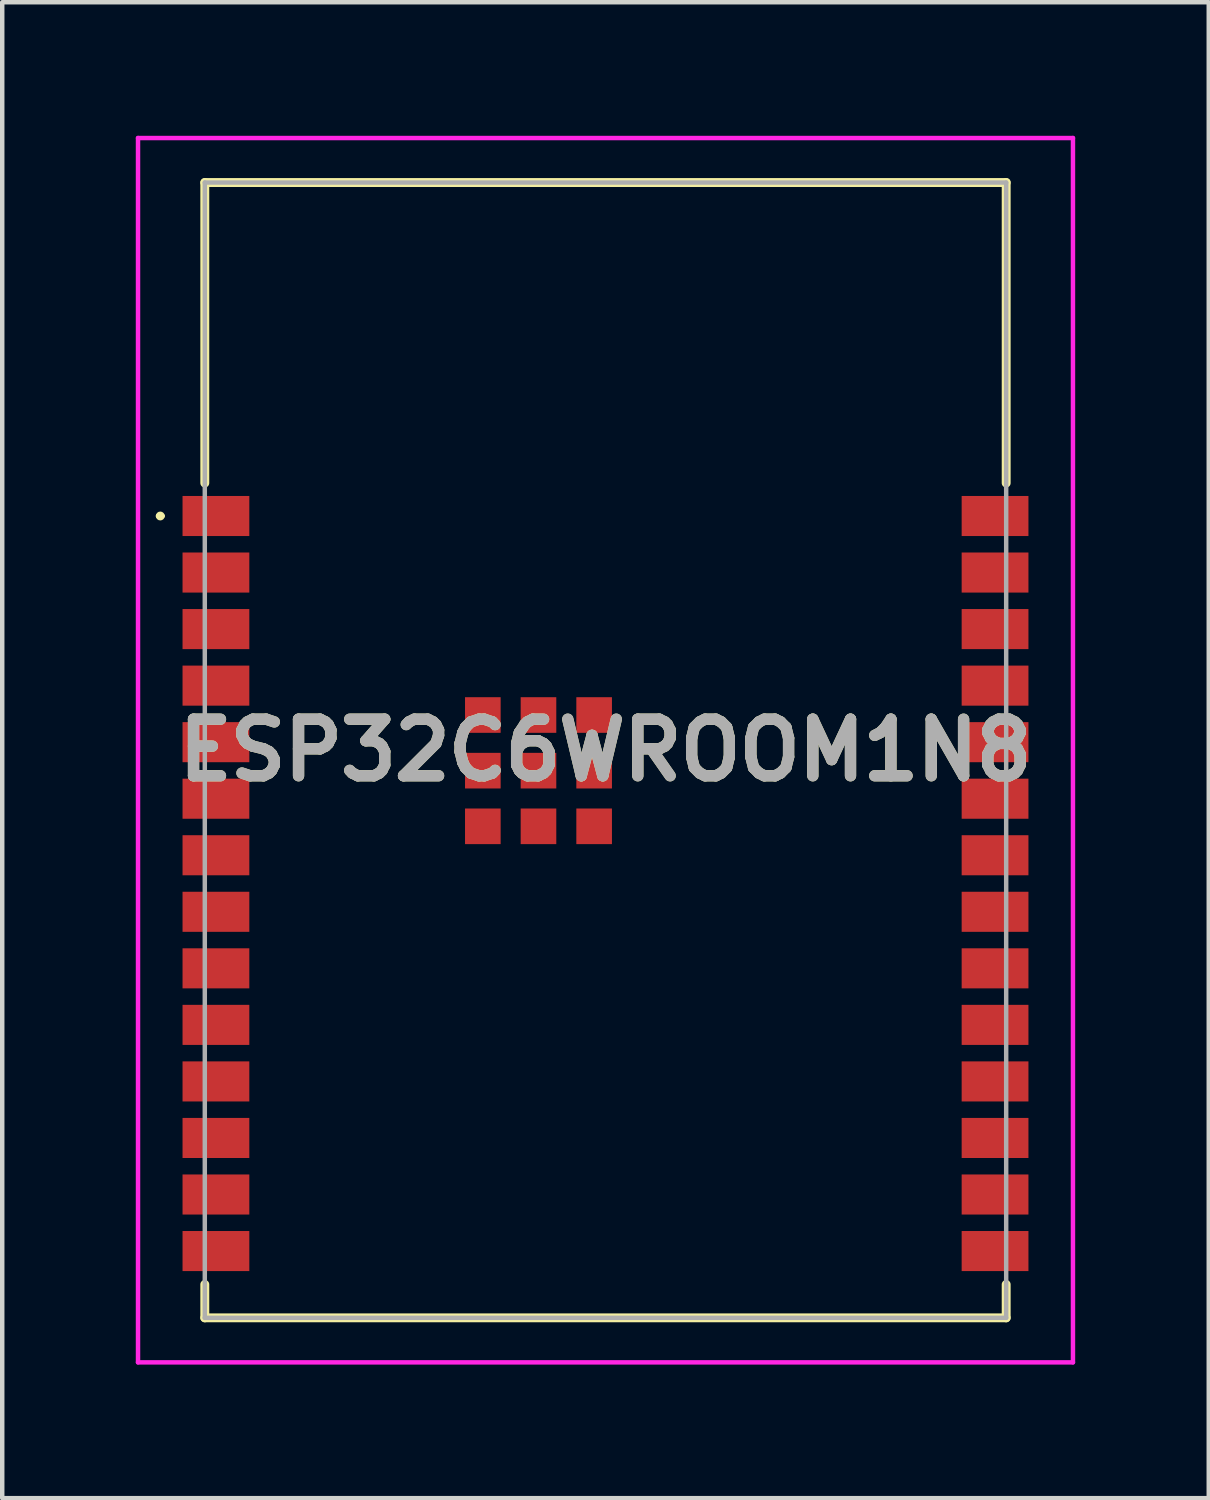
<source format=kicad_pcb>
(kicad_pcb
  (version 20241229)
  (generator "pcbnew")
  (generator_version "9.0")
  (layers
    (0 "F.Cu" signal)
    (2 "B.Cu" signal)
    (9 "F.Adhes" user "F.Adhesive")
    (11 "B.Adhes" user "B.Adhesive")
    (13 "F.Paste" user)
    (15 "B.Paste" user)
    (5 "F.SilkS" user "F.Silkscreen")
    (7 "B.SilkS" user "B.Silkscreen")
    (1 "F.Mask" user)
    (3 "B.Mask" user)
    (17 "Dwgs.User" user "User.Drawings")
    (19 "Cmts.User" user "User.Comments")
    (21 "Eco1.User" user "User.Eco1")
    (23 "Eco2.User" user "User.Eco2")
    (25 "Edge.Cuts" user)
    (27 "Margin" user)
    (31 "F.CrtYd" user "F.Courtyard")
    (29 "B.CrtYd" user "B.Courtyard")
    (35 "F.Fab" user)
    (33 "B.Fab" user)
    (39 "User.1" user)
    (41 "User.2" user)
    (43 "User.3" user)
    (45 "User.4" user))
  (footprint "ESP32C6WROOM1N8"
    (layer "F.Cu")
    (at 10.55 13.8)
    (property "Reference" "ESP32C6WROOM1N8" (at 0 0 0) (layer "F.SilkS") (effects (font (size 1.27 1.27) (thickness 0.254))))
    (attr smd)
    (fp_line (start -10.05 -5.26) (end -10.05 -5.26) (stroke (width 0.1) (type solid)) (layer "F.SilkS"))
    (fp_line (start -9.95 -5.26) (end -9.95 -5.26) (stroke (width 0.1) (type solid)) (layer "F.SilkS"))
    (fp_line (start -9 -12.75) (end 9 -12.75) (stroke (width 0.2) (type solid)) (layer "F.SilkS"))
    (fp_line (start -9 -6) (end -9 -12.75) (stroke (width 0.2) (type solid)) (layer "F.SilkS"))
    (fp_line (start -9 12.75) (end -9 12) (stroke (width 0.2) (type solid)) (layer "F.SilkS"))
    (fp_line (start 9 -12.75) (end 9 -6) (stroke (width 0.2) (type solid)) (layer "F.SilkS"))
    (fp_line (start 9 12) (end 9 12.75) (stroke (width 0.2) (type solid)) (layer "F.SilkS"))
    (fp_line (start 9 12.75) (end -9 12.75) (stroke (width 0.2) (type solid)) (layer "F.SilkS"))
    (fp_arc (start -10.05 -5.26) (mid -10 -5.31) (end -9.95 -5.26) (stroke (width 0.1) (type solid)) (layer "F.SilkS"))
    (fp_arc (start -9.95 -5.26) (mid -10 -5.21) (end -10.05 -5.26) (stroke (width 0.1) (type solid)) (layer "F.SilkS"))
    (fp_line (start -10.5 -13.75) (end 10.5 -13.75) (stroke (width 0.1) (type solid)) (layer "F.CrtYd"))
    (fp_line (start -10.5 13.75) (end -10.5 -13.75) (stroke (width 0.1) (type solid)) (layer "F.CrtYd"))
    (fp_line (start 10.5 -13.75) (end 10.5 13.75) (stroke (width 0.1) (type solid)) (layer "F.CrtYd"))
    (fp_line (start 10.5 13.75) (end -10.5 13.75) (stroke (width 0.1) (type solid)) (layer "F.CrtYd"))
    (fp_line (start -9 -12.75) (end -9 12.75) (stroke (width 0.1) (type solid)) (layer "F.Fab"))
    (fp_line (start -9 12.75) (end 9 12.75) (stroke (width 0.1) (type solid)) (layer "F.Fab"))
    (fp_line (start 9 -12.75) (end -9 -12.75) (stroke (width 0.1) (type solid)) (layer "F.Fab"))
    (fp_line (start 9 12.75) (end 9 -12.75) (stroke (width 0.1) (type solid)) (layer "F.Fab"))
    (fp_text user "${REFERENCE}" (at 0 0 0) (layer "F.Fab") (effects (font (size 1.27 1.27) (thickness 0.254))))
    (pad "1" smd rect (at -8.75 -5.26 90) (size 0.9 1.5) (layers "F.Cu" "F.Mask" "F.Paste"))
    (pad "2" smd rect (at -8.75 -3.99 90) (size 0.9 1.5) (layers "F.Cu" "F.Mask" "F.Paste"))
    (pad "3" smd rect (at -8.75 -2.72 90) (size 0.9 1.5) (layers "F.Cu" "F.Mask" "F.Paste"))
    (pad "4" smd rect (at -8.75 -1.45 90) (size 0.9 1.5) (layers "F.Cu" "F.Mask" "F.Paste"))
    (pad "5" smd rect (at -8.75 -0.18 90) (size 0.9 1.5) (layers "F.Cu" "F.Mask" "F.Paste"))
    (pad "6" smd rect (at -8.75 1.09 90) (size 0.9 1.5) (layers "F.Cu" "F.Mask" "F.Paste"))
    (pad "7" smd rect (at -8.75 2.36 90) (size 0.9 1.5) (layers "F.Cu" "F.Mask" "F.Paste"))
    (pad "8" smd rect (at -8.75 3.63 90) (size 0.9 1.5) (layers "F.Cu" "F.Mask" "F.Paste"))
    (pad "9" smd rect (at -8.75 4.9 90) (size 0.9 1.5) (layers "F.Cu" "F.Mask" "F.Paste"))
    (pad "10" smd rect (at -8.75 6.17 90) (size 0.9 1.5) (layers "F.Cu" "F.Mask" "F.Paste"))
    (pad "11" smd rect (at -8.75 7.44 90) (size 0.9 1.5) (layers "F.Cu" "F.Mask" "F.Paste"))
    (pad "12" smd rect (at -8.75 8.71 90) (size 0.9 1.5) (layers "F.Cu" "F.Mask" "F.Paste"))
    (pad "13" smd rect (at -8.75 9.98 90) (size 0.9 1.5) (layers "F.Cu" "F.Mask" "F.Paste"))
    (pad "14" smd rect (at -8.75 11.25 90) (size 0.9 1.5) (layers "F.Cu" "F.Mask" "F.Paste"))
    (pad "15" smd rect (at 8.75 11.25 90) (size 0.9 1.5) (layers "F.Cu" "F.Mask" "F.Paste"))
    (pad "16" smd rect (at 8.75 9.98 90) (size 0.9 1.5) (layers "F.Cu" "F.Mask" "F.Paste"))
    (pad "17" smd rect (at 8.75 8.71 90) (size 0.9 1.5) (layers "F.Cu" "F.Mask" "F.Paste"))
    (pad "18" smd rect (at 8.75 7.44 90) (size 0.9 1.5) (layers "F.Cu" "F.Mask" "F.Paste"))
    (pad "19" smd rect (at 8.75 6.17 90) (size 0.9 1.5) (layers "F.Cu" "F.Mask" "F.Paste"))
    (pad "20" smd rect (at 8.75 4.9 90) (size 0.9 1.5) (layers "F.Cu" "F.Mask" "F.Paste"))
    (pad "21" smd rect (at 8.75 3.63 90) (size 0.9 1.5) (layers "F.Cu" "F.Mask" "F.Paste"))
    (pad "22" smd rect (at 8.75 2.36 90) (size 0.9 1.5) (layers "F.Cu" "F.Mask" "F.Paste"))
    (pad "23" smd rect (at 8.75 1.09 90) (size 0.9 1.5) (layers "F.Cu" "F.Mask" "F.Paste"))
    (pad "24" smd rect (at 8.75 -0.18 90) (size 0.9 1.5) (layers "F.Cu" "F.Mask" "F.Paste"))
    (pad "25" smd rect (at 8.75 -1.45 90) (size 0.9 1.5) (layers "F.Cu" "F.Mask" "F.Paste"))
    (pad "26" smd rect (at 8.75 -2.72 90) (size 0.9 1.5) (layers "F.Cu" "F.Mask" "F.Paste"))
    (pad "27" smd rect (at 8.75 -3.99 90) (size 0.9 1.5) (layers "F.Cu" "F.Mask" "F.Paste"))
    (pad "28" smd rect (at 8.75 -5.26 90) (size 0.9 1.5) (layers "F.Cu" "F.Mask" "F.Paste"))
    (pad "29" smd rect (at -1.505 0.46 90) (size 0.8 0.8) (layers "F.Cu" "F.Mask" "F.Paste"))
    (pad "30" smd rect (at -2.755 -0.79 90) (size 0.8 0.8) (layers "F.Cu" "F.Mask" "F.Paste"))
    (pad "31" smd rect (at -2.755 0.46 90) (size 0.8 0.8) (layers "F.Cu" "F.Mask" "F.Paste"))
    (pad "32" smd rect (at -2.755 1.71 90) (size 0.8 0.8) (layers "F.Cu" "F.Mask" "F.Paste"))
    (pad "33" smd rect (at -1.505 1.71 90) (size 0.8 0.8) (layers "F.Cu" "F.Mask" "F.Paste"))
    (pad "34" smd rect (at -0.255 1.71 90) (size 0.8 0.8) (layers "F.Cu" "F.Mask" "F.Paste"))
    (pad "35" smd rect (at -0.255 0.46 90) (size 0.8 0.8) (layers "F.Cu" "F.Mask" "F.Paste"))
    (pad "36" smd rect (at -0.255 -0.79 90) (size 0.8 0.8) (layers "F.Cu" "F.Mask" "F.Paste"))
    (pad "37" smd rect (at -1.505 -0.79 90) (size 0.8 0.8) (layers "F.Cu" "F.Mask" "F.Paste")))
  (gr_rect
    (start -3 -3)
    (end 24.1 30.6)
    (stroke (width 0.1) (type default))
    (fill no)
    (layer "Edge.Cuts")))
</source>
